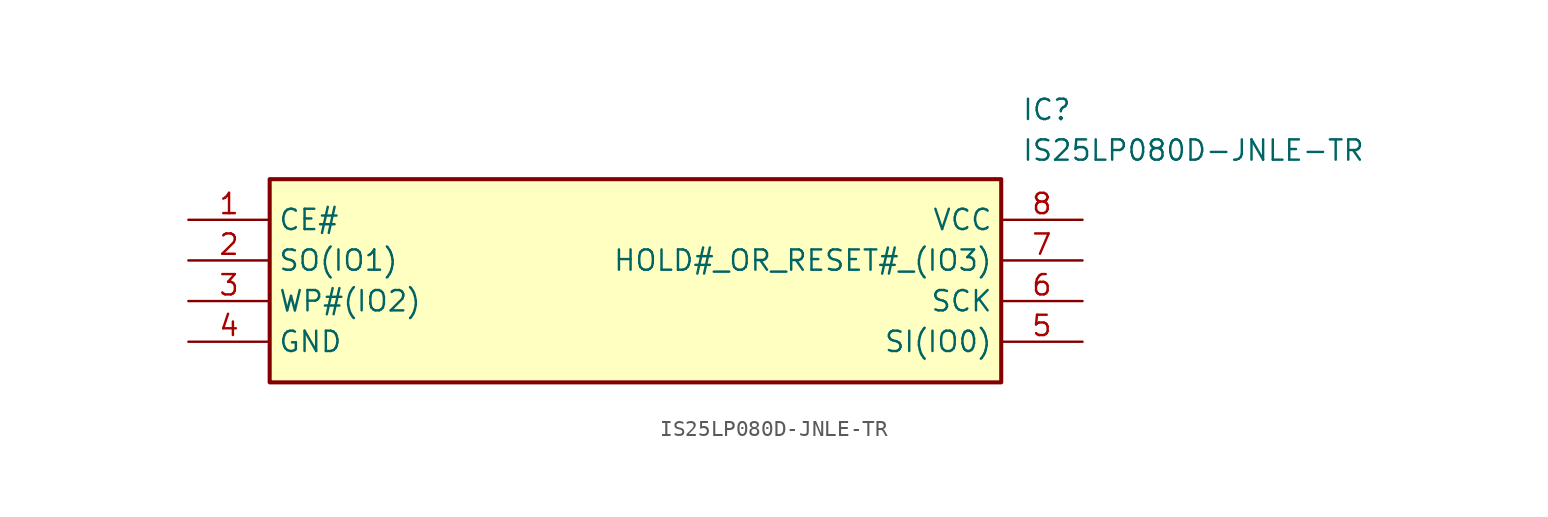
<source format=kicad_sym>
(kicad_symbol_lib
  (version 20211014)
  (generator SamacSys_ECAD_Model)
  (symbol "IS25LP080D-JNLE-TR"
    (property "Reference" "IC"
      (at 52.07 7.62 0)
      (effects (font (size 1.27 1.27)) (justify left top)))
    (property "Value" "IS25LP080D-JNLE-TR"
      (at 52.07 5.08 0)
      (effects (font (size 1.27 1.27)) (justify left top)))
    (rectangle
      (start 5.08 2.54)
      (end 50.8 -10.16)
      (stroke (width 0.254) (type default))
      (fill (type background)))
    (pin passive line
      (at 0 0 0)
      (length 5.08)
      (name "CE#" (effects (font (size 1.27 1.27))))
      (number "1" (effects (font (size 1.27 1.27)))))
    (pin passive line
      (at 0 -2.54 0)
      (length 5.08)
      (name "SO(IO1)" (effects (font (size 1.27 1.27))))
      (number "2" (effects (font (size 1.27 1.27)))))
    (pin passive line
      (at 0 -5.08 0)
      (length 5.08)
      (name "WP#(IO2)" (effects (font (size 1.27 1.27))))
      (number "3" (effects (font (size 1.27 1.27)))))
    (pin passive line
      (at 0 -7.62 0)
      (length 5.08)
      (name "GND" (effects (font (size 1.27 1.27))))
      (number "4" (effects (font (size 1.27 1.27)))))
    (pin passive line
      (at 55.88 0 180)
      (length 5.08)
      (name "VCC" (effects (font (size 1.27 1.27))))
      (number "8" (effects (font (size 1.27 1.27)))))
    (pin passive line
      (at 55.88 -2.54 180)
      (length 5.08)
      (name "HOLD#_OR_RESET#_(IO3)" (effects (font (size 1.27 1.27))))
      (number "7" (effects (font (size 1.27 1.27)))))
    (pin passive line
      (at 55.88 -5.08 180)
      (length 5.08)
      (name "SCK" (effects (font (size 1.27 1.27))))
      (number "6" (effects (font (size 1.27 1.27)))))
    (pin passive line
      (at 55.88 -7.62 180)
      (length 5.08)
      (name "SI(IO0)" (effects (font (size 1.27 1.27))))
      (number "5" (effects (font (size 1.27 1.27)))))))
</source>
